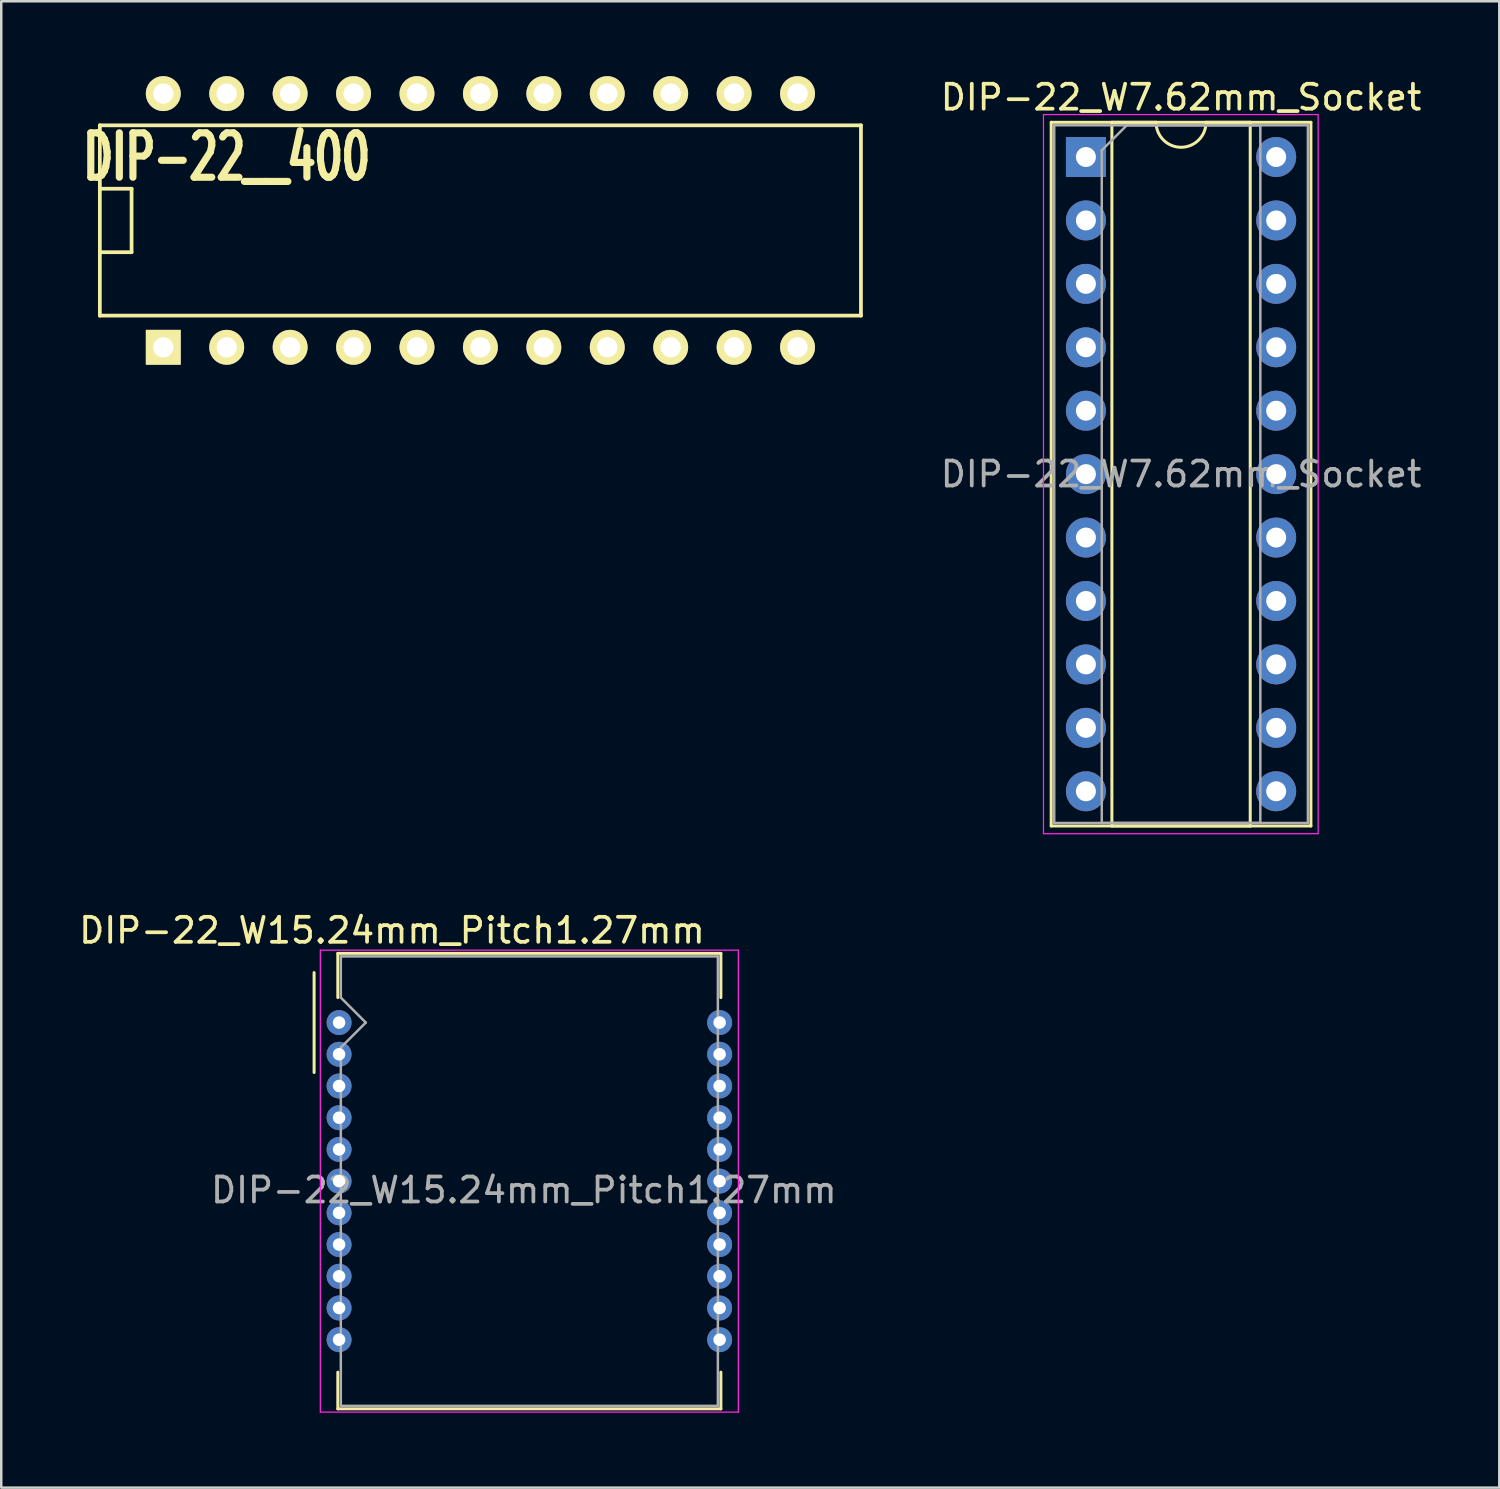
<source format=kicad_pcb>
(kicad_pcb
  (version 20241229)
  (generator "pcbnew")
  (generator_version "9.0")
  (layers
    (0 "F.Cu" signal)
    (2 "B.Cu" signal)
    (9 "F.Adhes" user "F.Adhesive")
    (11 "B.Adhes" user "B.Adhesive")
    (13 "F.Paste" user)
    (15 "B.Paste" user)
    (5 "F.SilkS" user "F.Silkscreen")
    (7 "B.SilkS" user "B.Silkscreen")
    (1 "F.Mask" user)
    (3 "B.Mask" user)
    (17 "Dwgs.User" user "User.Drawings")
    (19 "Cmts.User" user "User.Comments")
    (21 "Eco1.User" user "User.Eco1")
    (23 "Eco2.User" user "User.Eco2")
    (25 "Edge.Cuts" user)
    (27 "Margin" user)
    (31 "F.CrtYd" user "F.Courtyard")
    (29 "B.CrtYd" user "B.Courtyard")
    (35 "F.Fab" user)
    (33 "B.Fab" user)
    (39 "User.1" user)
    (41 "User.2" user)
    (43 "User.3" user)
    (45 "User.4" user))
  (footprint "DIP-22__400"
    (layer "F.Cu")
    (at 16.189 5.779)
    (property "Reference" "DIP-22__400" (at -10.16 -2.54 0) (layer "F.SilkS") (effects (font (size 1.778 1.143) (thickness 0.305))))
    (attr through_hole)
    (fp_line (start -15.24 -3.81) (end 15.24 -3.81) (stroke (width 0.15) (type solid)) (layer "F.SilkS"))
    (fp_line (start -15.24 -1.27) (end -13.97 -1.27) (stroke (width 0.15) (type solid)) (layer "F.SilkS"))
    (fp_line (start -15.24 3.81) (end -15.24 -3.81) (stroke (width 0.15) (type solid)) (layer "F.SilkS"))
    (fp_line (start -13.97 -1.27) (end -13.97 1.27) (stroke (width 0.15) (type solid)) (layer "F.SilkS"))
    (fp_line (start -13.97 1.27) (end -15.24 1.27) (stroke (width 0.15) (type solid)) (layer "F.SilkS"))
    (fp_line (start 15.24 -3.81) (end 15.24 3.81) (stroke (width 0.15) (type solid)) (layer "F.SilkS"))
    (fp_line (start 15.24 3.81) (end -15.24 3.81) (stroke (width 0.15) (type solid)) (layer "F.SilkS"))
    (pad "1" thru_hole rect (at -12.7 5.08) (size 1.397 1.397) (drill 0.813) (layers "*.Cu" "*.Mask" "F.SilkS"))
    (pad "2" thru_hole circle (at -10.16 5.08) (size 1.397 1.397) (drill 0.813) (layers "*.Cu" "*.Mask" "F.SilkS"))
    (pad "3" thru_hole circle (at -7.62 5.08) (size 1.397 1.397) (drill 0.813) (layers "*.Cu" "*.Mask" "F.SilkS"))
    (pad "4" thru_hole circle (at -5.08 5.08) (size 1.397 1.397) (drill 0.813) (layers "*.Cu" "*.Mask" "F.SilkS"))
    (pad "5" thru_hole circle (at -2.54 5.08) (size 1.397 1.397) (drill 0.813) (layers "*.Cu" "*.Mask" "F.SilkS"))
    (pad "6" thru_hole circle (at 0 5.08) (size 1.397 1.397) (drill 0.813) (layers "*.Cu" "*.Mask" "F.SilkS"))
    (pad "7" thru_hole circle (at 2.54 5.08) (size 1.397 1.397) (drill 0.813) (layers "*.Cu" "*.Mask" "F.SilkS"))
    (pad "8" thru_hole circle (at 5.08 5.08) (size 1.397 1.397) (drill 0.813) (layers "*.Cu" "*.Mask" "F.SilkS"))
    (pad "9" thru_hole circle (at 7.62 5.08) (size 1.397 1.397) (drill 0.813) (layers "*.Cu" "*.Mask" "F.SilkS"))
    (pad "10" thru_hole circle (at 10.16 5.08) (size 1.397 1.397) (drill 0.813) (layers "*.Cu" "*.Mask" "F.SilkS"))
    (pad "11" thru_hole circle (at 12.7 5.08) (size 1.397 1.397) (drill 0.813) (layers "*.Cu" "*.Mask" "F.SilkS"))
    (pad "12" thru_hole circle (at 12.7 -5.08) (size 1.397 1.397) (drill 0.813) (layers "*.Cu" "*.Mask" "F.SilkS"))
    (pad "13" thru_hole circle (at 10.16 -5.08) (size 1.397 1.397) (drill 0.813) (layers "*.Cu" "*.Mask" "F.SilkS"))
    (pad "14" thru_hole circle (at 7.62 -5.08) (size 1.397 1.397) (drill 0.813) (layers "*.Cu" "*.Mask" "F.SilkS"))
    (pad "15" thru_hole circle (at 5.08 -5.08) (size 1.397 1.397) (drill 0.813) (layers "*.Cu" "*.Mask" "F.SilkS"))
    (pad "16" thru_hole circle (at 2.54 -5.08) (size 1.397 1.397) (drill 0.813) (layers "*.Cu" "*.Mask" "F.SilkS"))
    (pad "17" thru_hole circle (at 0 -5.08) (size 1.397 1.397) (drill 0.813) (layers "*.Cu" "*.Mask" "F.SilkS"))
    (pad "18" thru_hole circle (at -2.54 -5.08) (size 1.397 1.397) (drill 0.813) (layers "*.Cu" "*.Mask" "F.SilkS"))
    (pad "19" thru_hole circle (at -5.08 -5.08) (size 1.397 1.397) (drill 0.813) (layers "*.Cu" "*.Mask" "F.SilkS"))
    (pad "20" thru_hole circle (at -7.62 -5.08) (size 1.397 1.397) (drill 0.813) (layers "*.Cu" "*.Mask" "F.SilkS"))
    (pad "21" thru_hole circle (at -10.16 -5.08) (size 1.397 1.397) (drill 0.813) (layers "*.Cu" "*.Mask" "F.SilkS"))
    (pad "22" thru_hole circle (at -12.7 -5.08) (size 1.397 1.397) (drill 0.813) (layers "*.Cu" "*.Mask" "F.SilkS")))
  (footprint "DIP-22_W7.62mm_Socket"
    (layer "F.Cu")
    (at 40.438 3.238)
    (property "Reference" "DIP-22_W7.62mm_Socket" (at 3.81 -2.39 0) (layer "F.SilkS") (effects (font (size 1 1) (thickness 0.15))))
    (attr through_hole)
    (fp_line (start -1.39 -1.39) (end -1.39 26.79) (stroke (width 0.12) (type solid)) (layer "F.SilkS"))
    (fp_line (start -1.39 26.79) (end 9.01 26.79) (stroke (width 0.12) (type solid)) (layer "F.SilkS"))
    (fp_line (start 1.04 -1.39) (end 1.04 26.79) (stroke (width 0.12) (type solid)) (layer "F.SilkS"))
    (fp_line (start 1.04 26.79) (end 6.58 26.79) (stroke (width 0.12) (type solid)) (layer "F.SilkS"))
    (fp_line (start 2.81 -1.39) (end 1.04 -1.39) (stroke (width 0.12) (type solid)) (layer "F.SilkS"))
    (fp_line (start 6.58 -1.39) (end 4.81 -1.39) (stroke (width 0.12) (type solid)) (layer "F.SilkS"))
    (fp_line (start 6.58 26.79) (end 6.58 -1.39) (stroke (width 0.12) (type solid)) (layer "F.SilkS"))
    (fp_line (start 9.01 -1.39) (end -1.39 -1.39) (stroke (width 0.12) (type solid)) (layer "F.SilkS"))
    (fp_line (start 9.01 26.79) (end 9.01 -1.39) (stroke (width 0.12) (type solid)) (layer "F.SilkS"))
    (fp_arc (start 4.81 -1.39) (mid 3.81 -0.39) (end 2.81 -1.39) (stroke (width 0.12) (type solid)) (layer "F.SilkS"))
    (fp_line (start -1.7 -1.7) (end -1.7 27.1) (stroke (width 0.05) (type solid)) (layer "F.CrtYd"))
    (fp_line (start -1.7 27.1) (end 9.3 27.1) (stroke (width 0.05) (type solid)) (layer "F.CrtYd"))
    (fp_line (start 9.3 -1.7) (end -1.7 -1.7) (stroke (width 0.05) (type solid)) (layer "F.CrtYd"))
    (fp_line (start 9.3 27.1) (end 9.3 -1.7) (stroke (width 0.05) (type solid)) (layer "F.CrtYd"))
    (fp_line (start -1.27 -1.27) (end -1.27 26.67) (stroke (width 0.1) (type solid)) (layer "F.Fab"))
    (fp_line (start -1.27 26.67) (end 8.89 26.67) (stroke (width 0.1) (type solid)) (layer "F.Fab"))
    (fp_line (start 0.635 -0.27) (end 1.635 -1.27) (stroke (width 0.1) (type solid)) (layer "F.Fab"))
    (fp_line (start 0.635 26.67) (end 0.635 -0.27) (stroke (width 0.1) (type solid)) (layer "F.Fab"))
    (fp_line (start 1.635 -1.27) (end 6.985 -1.27) (stroke (width 0.1) (type solid)) (layer "F.Fab"))
    (fp_line (start 6.985 -1.27) (end 6.985 26.67) (stroke (width 0.1) (type solid)) (layer "F.Fab"))
    (fp_line (start 6.985 26.67) (end 0.635 26.67) (stroke (width 0.1) (type solid)) (layer "F.Fab"))
    (fp_line (start 8.89 -1.27) (end -1.27 -1.27) (stroke (width 0.1) (type solid)) (layer "F.Fab"))
    (fp_line (start 8.89 26.67) (end 8.89 -1.27) (stroke (width 0.1) (type solid)) (layer "F.Fab"))
    (fp_text user "${REFERENCE}" (at 3.81 12.7 0) (layer "F.Fab") (effects (font (size 1 1) (thickness 0.15))))
    (pad "1" thru_hole rect (at 0 0) (size 1.6 1.6) (drill 0.8) (layers "*.Cu" "*.Mask"))
    (pad "2" thru_hole oval (at 0 2.54) (size 1.6 1.6) (drill 0.8) (layers "*.Cu" "*.Mask"))
    (pad "3" thru_hole oval (at 0 5.08) (size 1.6 1.6) (drill 0.8) (layers "*.Cu" "*.Mask"))
    (pad "4" thru_hole oval (at 0 7.62) (size 1.6 1.6) (drill 0.8) (layers "*.Cu" "*.Mask"))
    (pad "5" thru_hole oval (at 0 10.16) (size 1.6 1.6) (drill 0.8) (layers "*.Cu" "*.Mask"))
    (pad "6" thru_hole oval (at 0 12.7) (size 1.6 1.6) (drill 0.8) (layers "*.Cu" "*.Mask"))
    (pad "7" thru_hole oval (at 0 15.24) (size 1.6 1.6) (drill 0.8) (layers "*.Cu" "*.Mask"))
    (pad "8" thru_hole oval (at 0 17.78) (size 1.6 1.6) (drill 0.8) (layers "*.Cu" "*.Mask"))
    (pad "9" thru_hole oval (at 0 20.32) (size 1.6 1.6) (drill 0.8) (layers "*.Cu" "*.Mask"))
    (pad "10" thru_hole oval (at 0 22.86) (size 1.6 1.6) (drill 0.8) (layers "*.Cu" "*.Mask"))
    (pad "11" thru_hole oval (at 0 25.4) (size 1.6 1.6) (drill 0.8) (layers "*.Cu" "*.Mask"))
    (pad "12" thru_hole oval (at 7.62 25.4) (size 1.6 1.6) (drill 0.8) (layers "*.Cu" "*.Mask"))
    (pad "13" thru_hole oval (at 7.62 22.86) (size 1.6 1.6) (drill 0.8) (layers "*.Cu" "*.Mask"))
    (pad "14" thru_hole oval (at 7.62 20.32) (size 1.6 1.6) (drill 0.8) (layers "*.Cu" "*.Mask"))
    (pad "15" thru_hole oval (at 7.62 17.78) (size 1.6 1.6) (drill 0.8) (layers "*.Cu" "*.Mask"))
    (pad "16" thru_hole oval (at 7.62 15.24) (size 1.6 1.6) (drill 0.8) (layers "*.Cu" "*.Mask"))
    (pad "17" thru_hole oval (at 7.62 12.7) (size 1.6 1.6) (drill 0.8) (layers "*.Cu" "*.Mask"))
    (pad "18" thru_hole oval (at 7.62 10.16) (size 1.6 1.6) (drill 0.8) (layers "*.Cu" "*.Mask"))
    (pad "19" thru_hole oval (at 7.62 7.62) (size 1.6 1.6) (drill 0.8) (layers "*.Cu" "*.Mask"))
    (pad "20" thru_hole oval (at 7.62 5.08) (size 1.6 1.6) (drill 0.8) (layers "*.Cu" "*.Mask"))
    (pad "21" thru_hole oval (at 7.62 2.54) (size 1.6 1.6) (drill 0.8) (layers "*.Cu" "*.Mask"))
    (pad "22" thru_hole oval (at 7.62 0) (size 1.6 1.6) (drill 0.8) (layers "*.Cu" "*.Mask")))
  (footprint "DIP-22_W15.24mm_Pitch1.27mm"
    (layer "F.Cu")
    (at 10.529 37.901)
    (property "Reference" "DIP-22_W15.24mm_Pitch1.27mm" (at 2.12 -3.69 0) (layer "F.SilkS") (effects (font (size 1 1) (thickness 0.15))))
    (attr through_hole)
    (fp_line (start -1 -2) (end -1 2) (stroke (width 0.12) (type solid)) (layer "F.SilkS"))
    (fp_line (start -0.05 -2.77) (end 15.29 -2.77) (stroke (width 0.12) (type solid)) (layer "F.SilkS"))
    (fp_line (start -0.05 -1) (end -0.05 -2.77) (stroke (width 0.12) (type solid)) (layer "F.SilkS"))
    (fp_line (start -0.05 14) (end -0.05 15.47) (stroke (width 0.12) (type solid)) (layer "F.SilkS"))
    (fp_line (start 15.29 -2.77) (end 15.29 -1) (stroke (width 0.12) (type solid)) (layer "F.SilkS"))
    (fp_line (start 15.29 14) (end 15.29 15.47) (stroke (width 0.12) (type solid)) (layer "F.SilkS"))
    (fp_line (start 15.29 15.47) (end -0.05 15.47) (stroke (width 0.12) (type solid)) (layer "F.SilkS"))
    (fp_line (start -0.75 -2.9) (end 15.99 -2.9) (stroke (width 0.05) (type solid)) (layer "F.CrtYd"))
    (fp_line (start -0.75 15.6) (end -0.75 -2.9) (stroke (width 0.05) (type solid)) (layer "F.CrtYd"))
    (fp_line (start 15.99 -2.9) (end 15.99 15.6) (stroke (width 0.05) (type solid)) (layer "F.CrtYd"))
    (fp_line (start 15.99 15.6) (end -0.75 15.6) (stroke (width 0.05) (type solid)) (layer "F.CrtYd"))
    (fp_line (start 0.07 -2.65) (end 15.17 -2.65) (stroke (width 0.1) (type solid)) (layer "F.Fab"))
    (fp_line (start 0.07 -1) (end 0.07 -2.65) (stroke (width 0.1) (type solid)) (layer "F.Fab"))
    (fp_line (start 0.07 -1) (end 1.07 0) (stroke (width 0.1) (type solid)) (layer "F.Fab"))
    (fp_line (start 0.07 1) (end 0.07 15.35) (stroke (width 0.1) (type solid)) (layer "F.Fab"))
    (fp_line (start 1.07 0) (end 0.07 1) (stroke (width 0.1) (type solid)) (layer "F.Fab"))
    (fp_line (start 15.17 -2.65) (end 15.17 15.35) (stroke (width 0.1) (type solid)) (layer "F.Fab"))
    (fp_line (start 15.17 15.35) (end 0.07 15.35) (stroke (width 0.1) (type solid)) (layer "F.Fab"))
    (fp_text user "${REFERENCE}" (at 7.4 6.71 0) (layer "F.Fab") (effects (font (size 1 1) (thickness 0.15))))
    (pad "1" thru_hole circle (at 0 0) (size 1 1) (drill 0.5) (layers "*.Cu" "*.Mask"))
    (pad "2" thru_hole circle (at 0 1.27) (size 1 1) (drill 0.5) (layers "*.Cu" "*.Mask"))
    (pad "3" thru_hole circle (at 0 2.54) (size 1 1) (drill 0.5) (layers "*.Cu" "*.Mask"))
    (pad "4" thru_hole circle (at 0 3.81) (size 1 1) (drill 0.5) (layers "*.Cu" "*.Mask"))
    (pad "5" thru_hole circle (at 0 5.08) (size 1 1) (drill 0.5) (layers "*.Cu" "*.Mask"))
    (pad "6" thru_hole circle (at 0 6.35) (size 1 1) (drill 0.5) (layers "*.Cu" "*.Mask"))
    (pad "7" thru_hole circle (at 0 7.62) (size 1 1) (drill 0.5) (layers "*.Cu" "*.Mask"))
    (pad "8" thru_hole circle (at 0 8.89) (size 1 1) (drill 0.5) (layers "*.Cu" "*.Mask"))
    (pad "9" thru_hole circle (at 0 10.16) (size 1 1) (drill 0.5) (layers "*.Cu" "*.Mask"))
    (pad "10" thru_hole circle (at 0 11.43) (size 1 1) (drill 0.5) (layers "*.Cu" "*.Mask"))
    (pad "11" thru_hole circle (at 0 12.7) (size 1 1) (drill 0.5) (layers "*.Cu" "*.Mask"))
    (pad "12" thru_hole circle (at 15.24 12.7) (size 1 1) (drill 0.5) (layers "*.Cu" "*.Mask"))
    (pad "13" thru_hole circle (at 15.24 11.43) (size 1 1) (drill 0.5) (layers "*.Cu" "*.Mask"))
    (pad "14" thru_hole circle (at 15.24 10.16) (size 1 1) (drill 0.5) (layers "*.Cu" "*.Mask"))
    (pad "15" thru_hole circle (at 15.24 8.89) (size 1 1) (drill 0.5) (layers "*.Cu" "*.Mask"))
    (pad "16" thru_hole circle (at 15.24 7.62) (size 1 1) (drill 0.5) (layers "*.Cu" "*.Mask"))
    (pad "17" thru_hole circle (at 15.24 6.35) (size 1 1) (drill 0.5) (layers "*.Cu" "*.Mask"))
    (pad "18" thru_hole circle (at 15.24 5.08) (size 1 1) (drill 0.5) (layers "*.Cu" "*.Mask"))
    (pad "19" thru_hole circle (at 15.24 3.81) (size 1 1) (drill 0.5) (layers "*.Cu" "*.Mask"))
    (pad "20" thru_hole circle (at 15.24 2.54) (size 1 1) (drill 0.5) (layers "*.Cu" "*.Mask"))
    (pad "21" thru_hole circle (at 15.24 1.27) (size 1 1) (drill 0.5) (layers "*.Cu" "*.Mask"))
    (pad "22" thru_hole circle (at 15.24 0) (size 1 1) (drill 0.5) (layers "*.Cu" "*.Mask")))
  (gr_rect
    (start -3 -3)
    (end 56.992 56.526)
    (stroke (width 0.1) (type default))
    (fill no)
    (layer "Edge.Cuts")))
</source>
